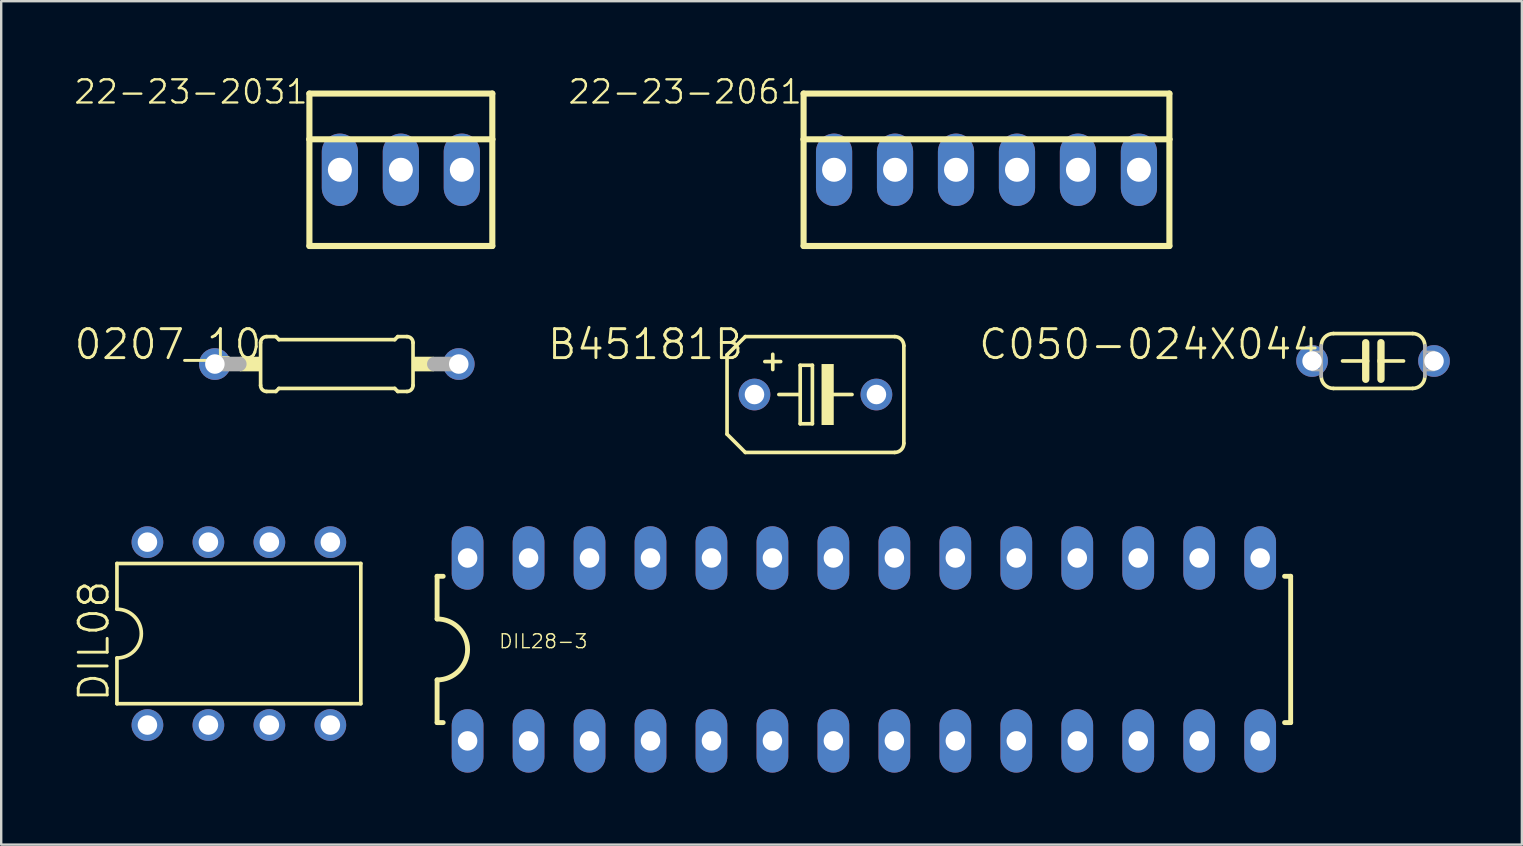
<source format=kicad_pcb>
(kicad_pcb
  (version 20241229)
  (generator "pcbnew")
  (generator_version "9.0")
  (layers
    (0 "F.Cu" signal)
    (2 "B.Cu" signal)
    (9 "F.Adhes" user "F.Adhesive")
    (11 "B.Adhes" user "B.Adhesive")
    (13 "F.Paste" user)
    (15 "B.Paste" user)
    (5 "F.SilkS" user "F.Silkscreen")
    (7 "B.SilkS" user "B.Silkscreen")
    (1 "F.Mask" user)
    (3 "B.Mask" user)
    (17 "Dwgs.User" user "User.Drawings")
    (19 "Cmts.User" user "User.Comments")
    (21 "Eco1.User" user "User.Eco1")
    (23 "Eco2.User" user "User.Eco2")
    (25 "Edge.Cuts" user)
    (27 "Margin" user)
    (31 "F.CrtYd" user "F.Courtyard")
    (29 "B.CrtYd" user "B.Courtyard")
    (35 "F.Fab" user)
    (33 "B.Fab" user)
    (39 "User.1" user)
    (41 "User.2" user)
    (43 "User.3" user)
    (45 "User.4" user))
  (footprint "DIL08"
    (layer "F.Cu")
    (at 6.902 23.346)
    (property "Reference" "DIL08" (at -5.334 2.921 90) (layer "F.SilkS") (effects (font (size 1.206 1.206) (thickness 0.121)) (justify left bottom)))
    (attr through_hole)
    (fp_line (start -5.08 -2.921) (end -5.08 -1.016) (stroke (width 0.152) (type solid)) (layer "F.SilkS"))
    (fp_line (start -5.08 2.921) (end -5.08 1.016) (stroke (width 0.152) (type solid)) (layer "F.SilkS"))
    (fp_line (start -5.08 2.921) (end 5.08 2.921) (stroke (width 0.152) (type solid)) (layer "F.SilkS"))
    (fp_line (start 5.08 -2.921) (end -5.08 -2.921) (stroke (width 0.152) (type solid)) (layer "F.SilkS"))
    (fp_line (start 5.08 -2.921) (end 5.08 2.921) (stroke (width 0.152) (type solid)) (layer "F.SilkS"))
    (fp_arc (start -5.08 -1.016) (mid -4.064 0) (end -5.08 1.016) (stroke (width 0.1524) (type solid)) (layer "F.SilkS"))
    (pad "1" thru_hole circle (at -3.81 3.81 270) (size 1.321 1.321) (drill 0.813) (layers "*.Cu" "*.Mask"))
    (pad "2" thru_hole circle (at -1.27 3.81 270) (size 1.321 1.321) (drill 0.813) (layers "*.Cu" "*.Mask"))
    (pad "3" thru_hole circle (at 1.27 3.81 270) (size 1.321 1.321) (drill 0.813) (layers "*.Cu" "*.Mask"))
    (pad "4" thru_hole circle (at 3.81 3.81 270) (size 1.321 1.321) (drill 0.813) (layers "*.Cu" "*.Mask"))
    (pad "5" thru_hole circle (at 3.81 -3.81 90) (size 1.321 1.321) (drill 0.813) (layers "*.Cu" "*.Mask"))
    (pad "6" thru_hole circle (at 1.27 -3.81 90) (size 1.321 1.321) (drill 0.813) (layers "*.Cu" "*.Mask"))
    (pad "7" thru_hole circle (at -1.27 -3.81 90) (size 1.321 1.321) (drill 0.813) (layers "*.Cu" "*.Mask"))
    (pad "8" thru_hole circle (at -3.81 -3.81 90) (size 1.321 1.321) (drill 0.813) (layers "*.Cu" "*.Mask")))
  (footprint "DIL28-3"
    (layer "F.Cu")
    (at 32.94 24.006)
    (property "Reference" "DIL28-3" (at -15.24 0 0) (layer "F.SilkS") (effects (font (size 0.579 0.579) (thickness 0.058)) (justify left bottom)))
    (attr through_hole)
    (fp_line (start -17.78 -3.048) (end -17.78 -1.27) (stroke (width 0.203) (type solid)) (layer "F.SilkS"))
    (fp_line (start -17.78 -3.048) (end -17.526 -3.048) (stroke (width 0.203) (type solid)) (layer "F.SilkS"))
    (fp_line (start -17.78 1.27) (end -17.78 3.048) (stroke (width 0.203) (type solid)) (layer "F.SilkS"))
    (fp_line (start -17.78 3.048) (end -17.526 3.048) (stroke (width 0.203) (type solid)) (layer "F.SilkS"))
    (fp_line (start 17.78 -3.048) (end 17.526 -3.048) (stroke (width 0.203) (type solid)) (layer "F.SilkS"))
    (fp_line (start 17.78 3.048) (end 17.526 3.048) (stroke (width 0.203) (type solid)) (layer "F.SilkS"))
    (fp_line (start 17.78 3.048) (end 17.78 -3.048) (stroke (width 0.203) (type solid)) (layer "F.SilkS"))
    (fp_arc (start -17.78 -1.27) (mid -16.51 0) (end -17.78 1.27) (stroke (width 0.2032) (type solid)) (layer "F.SilkS"))
    (pad "1" thru_hole oval (at -16.51 3.81 90) (size 2.642 1.321) (drill 0.813) (layers "*.Cu" "*.Mask"))
    (pad "2" thru_hole oval (at -13.97 3.81 90) (size 2.642 1.321) (drill 0.813) (layers "*.Cu" "*.Mask"))
    (pad "3" thru_hole oval (at -11.43 3.81 90) (size 2.642 1.321) (drill 0.813) (layers "*.Cu" "*.Mask"))
    (pad "4" thru_hole oval (at -8.89 3.81 90) (size 2.642 1.321) (drill 0.813) (layers "*.Cu" "*.Mask"))
    (pad "5" thru_hole oval (at -6.35 3.81 90) (size 2.642 1.321) (drill 0.813) (layers "*.Cu" "*.Mask"))
    (pad "6" thru_hole oval (at -3.81 3.81 90) (size 2.642 1.321) (drill 0.813) (layers "*.Cu" "*.Mask"))
    (pad "7" thru_hole oval (at -1.27 3.81 90) (size 2.642 1.321) (drill 0.813) (layers "*.Cu" "*.Mask"))
    (pad "8" thru_hole oval (at 1.27 3.81 90) (size 2.642 1.321) (drill 0.813) (layers "*.Cu" "*.Mask"))
    (pad "9" thru_hole oval (at 3.81 3.81 90) (size 2.642 1.321) (drill 0.813) (layers "*.Cu" "*.Mask"))
    (pad "10" thru_hole oval (at 6.35 3.81 90) (size 2.642 1.321) (drill 0.813) (layers "*.Cu" "*.Mask"))
    (pad "11" thru_hole oval (at 8.89 3.81 90) (size 2.642 1.321) (drill 0.813) (layers "*.Cu" "*.Mask"))
    (pad "12" thru_hole oval (at 11.43 3.81 90) (size 2.642 1.321) (drill 0.813) (layers "*.Cu" "*.Mask"))
    (pad "13" thru_hole oval (at 13.97 3.81 90) (size 2.642 1.321) (drill 0.813) (layers "*.Cu" "*.Mask"))
    (pad "14" thru_hole oval (at 16.51 3.81 90) (size 2.642 1.321) (drill 0.813) (layers "*.Cu" "*.Mask"))
    (pad "15" thru_hole oval (at 16.51 -3.81 90) (size 2.642 1.321) (drill 0.813) (layers "*.Cu" "*.Mask"))
    (pad "16" thru_hole oval (at 13.97 -3.81 90) (size 2.642 1.321) (drill 0.813) (layers "*.Cu" "*.Mask"))
    (pad "17" thru_hole oval (at 11.43 -3.81 90) (size 2.642 1.321) (drill 0.813) (layers "*.Cu" "*.Mask"))
    (pad "18" thru_hole oval (at 8.89 -3.81 90) (size 2.642 1.321) (drill 0.813) (layers "*.Cu" "*.Mask"))
    (pad "19" thru_hole oval (at 6.35 -3.81 90) (size 2.642 1.321) (drill 0.813) (layers "*.Cu" "*.Mask"))
    (pad "20" thru_hole oval (at 3.81 -3.81 90) (size 2.642 1.321) (drill 0.813) (layers "*.Cu" "*.Mask"))
    (pad "21" thru_hole oval (at 1.27 -3.81 90) (size 2.642 1.321) (drill 0.813) (layers "*.Cu" "*.Mask"))
    (pad "22" thru_hole oval (at -1.27 -3.81 90) (size 2.642 1.321) (drill 0.813) (layers "*.Cu" "*.Mask"))
    (pad "23" thru_hole oval (at -3.81 -3.81 90) (size 2.642 1.321) (drill 0.813) (layers "*.Cu" "*.Mask"))
    (pad "24" thru_hole oval (at -6.35 -3.81 90) (size 2.642 1.321) (drill 0.813) (layers "*.Cu" "*.Mask"))
    (pad "25" thru_hole oval (at -8.89 -3.81 90) (size 2.642 1.321) (drill 0.813) (layers "*.Cu" "*.Mask"))
    (pad "26" thru_hole oval (at -11.43 -3.81 90) (size 2.642 1.321) (drill 0.813) (layers "*.Cu" "*.Mask"))
    (pad "27" thru_hole oval (at -13.97 -3.81 90) (size 2.642 1.321) (drill 0.813) (layers "*.Cu" "*.Mask"))
    (pad "28" thru_hole oval (at -16.51 -3.81 90) (size 2.642 1.321) (drill 0.813) (layers "*.Cu" "*.Mask")))
  (footprint "22-23-2031"
    (layer "F.Cu")
    (at 13.65 4.023)
    (property "Reference" "22-23-2031" (at -3.81 -3.81 180) (layer "F.SilkS") (effects (font (size 0.965 0.965) (thickness 0.097)) (justify right top)))
    (attr through_hole)
    (fp_line (start -3.81 -3.175) (end 3.81 -3.175) (stroke (width 0.254) (type solid)) (layer "F.SilkS"))
    (fp_line (start -3.81 -1.27) (end -3.81 -3.175) (stroke (width 0.254) (type solid)) (layer "F.SilkS"))
    (fp_line (start -3.81 -1.27) (end 3.81 -1.27) (stroke (width 0.254) (type solid)) (layer "F.SilkS"))
    (fp_line (start -3.81 3.175) (end -3.81 -1.27) (stroke (width 0.254) (type solid)) (layer "F.SilkS"))
    (fp_line (start 3.81 -3.175) (end 3.81 -1.27) (stroke (width 0.254) (type solid)) (layer "F.SilkS"))
    (fp_line (start 3.81 -1.27) (end 3.81 3.175) (stroke (width 0.254) (type solid)) (layer "F.SilkS"))
    (fp_line (start 3.81 3.175) (end -3.81 3.175) (stroke (width 0.254) (type solid)) (layer "F.SilkS"))
    (pad "1" thru_hole oval (at -2.54 0 90) (size 3.016 1.508) (drill 1) (layers "*.Cu" "*.Mask"))
    (pad "2" thru_hole oval (at 0 0 90) (size 3.016 1.508) (drill 1) (layers "*.Cu" "*.Mask"))
    (pad "3" thru_hole oval (at 2.54 0 90) (size 3.016 1.508) (drill 1) (layers "*.Cu" "*.Mask")))
  (footprint "C050-024X044"
    (layer "F.Cu")
    (at 54.152 11.989)
    (property "Reference" "C050-024X044" (at -2.159 -1.397 180) (layer "F.SilkS") (effects (font (size 1.206 1.206) (thickness 0.121)) (justify right top)))
    (attr through_hole)
    (fp_line (start -1.27 0) (end -0.305 0) (stroke (width 0.152) (type solid)) (layer "F.SilkS"))
    (fp_line (start -0.305 -0.762) (end -0.305 0) (stroke (width 0.305) (type solid)) (layer "F.SilkS"))
    (fp_line (start -0.305 0) (end -0.305 0.762) (stroke (width 0.305) (type solid)) (layer "F.SilkS"))
    (fp_line (start 0.33 -0.762) (end 0.33 0) (stroke (width 0.305) (type solid)) (layer "F.SilkS"))
    (fp_line (start 0.33 0) (end 0.33 0.762) (stroke (width 0.305) (type solid)) (layer "F.SilkS"))
    (fp_line (start 1.27 0) (end 0.33 0) (stroke (width 0.152) (type solid)) (layer "F.SilkS"))
    (fp_line (start 1.651 -1.143) (end -1.651 -1.143) (stroke (width 0.152) (type solid)) (layer "F.SilkS"))
    (fp_line (start 1.651 1.143) (end -1.651 1.143) (stroke (width 0.152) (type solid)) (layer "F.SilkS"))
    (fp_arc (start -2.159 -0.635) (mid -2.01021 -0.99421) (end -1.651 -1.143) (stroke (width 0.1524) (type solid)) (layer "F.SilkS"))
    (fp_arc (start -1.651 1.143) (mid -2.01021 0.99421) (end -2.159 0.635) (stroke (width 0.1524) (type solid)) (layer "F.SilkS"))
    (fp_arc (start 1.651 -1.143) (mid 2.01021 -0.99421) (end 2.159 -0.635) (stroke (width 0.1524) (type solid)) (layer "F.SilkS"))
    (fp_arc (start 2.159 0.635) (mid 2.01021 0.99421) (end 1.651 1.143) (stroke (width 0.1524) (type solid)) (layer "F.SilkS"))
    (fp_line (start -2.159 0.635) (end -2.159 -0.635) (stroke (width 0.152) (type solid)) (layer "F.Fab"))
    (fp_line (start 2.159 0.635) (end 2.159 -0.635) (stroke (width 0.152) (type solid)) (layer "F.Fab"))
    (fp_poly (pts (xy -2.54 0.381) (xy -2.159 0.381) (xy -2.159 -0.381) (xy -2.54 -0.381)) (stroke (width 0.1) (type solid)) (fill no) (layer "F.Fab"))
    (fp_poly (pts (xy 2.159 0.381) (xy 2.54 0.381) (xy 2.54 -0.381) (xy 2.159 -0.381)) (stroke (width 0.1) (type solid)) (fill no) (layer "F.Fab"))
    (pad "1" thru_hole circle (at -2.54 0) (size 1.321 1.321) (drill 0.813) (layers "*.Cu" "*.Mask"))
    (pad "2" thru_hole circle (at 2.54 0) (size 1.321 1.321) (drill 0.813) (layers "*.Cu" "*.Mask")))
  (footprint "B45181B"
    (layer "F.Cu")
    (at 30.922 13.386)
    (property "Reference" "B45181B" (at -2.921 -2.794 180) (layer "F.SilkS") (effects (font (size 1.206 1.206) (thickness 0.121)) (justify right top)))
    (attr through_hole)
    (fp_line (start -3.683 -1.651) (end -3.683 1.651) (stroke (width 0.152) (type solid)) (layer "F.SilkS"))
    (fp_line (start -3.683 -1.651) (end -2.921 -2.413) (stroke (width 0.152) (type solid)) (layer "F.SilkS"))
    (fp_line (start -2.921 2.413) (end -3.683 1.651) (stroke (width 0.152) (type solid)) (layer "F.SilkS"))
    (fp_line (start -2.921 2.413) (end 3.302 2.413) (stroke (width 0.152) (type solid)) (layer "F.SilkS"))
    (fp_line (start -1.778 -1.676) (end -1.778 -1.041) (stroke (width 0.152) (type solid)) (layer "F.SilkS"))
    (fp_line (start -1.524 0) (end -0.635 0) (stroke (width 0.152) (type solid)) (layer "F.SilkS"))
    (fp_line (start -1.448 -1.372) (end -2.108 -1.372) (stroke (width 0.152) (type solid)) (layer "F.SilkS"))
    (fp_line (start -0.635 -1.219) (end -0.635 0) (stroke (width 0.152) (type solid)) (layer "F.SilkS"))
    (fp_line (start -0.635 0) (end -0.635 1.219) (stroke (width 0.152) (type solid)) (layer "F.SilkS"))
    (fp_line (start -0.635 1.219) (end -0.127 1.219) (stroke (width 0.152) (type solid)) (layer "F.SilkS"))
    (fp_line (start -0.127 -1.219) (end -0.635 -1.219) (stroke (width 0.152) (type solid)) (layer "F.SilkS"))
    (fp_line (start -0.127 1.219) (end -0.127 -1.219) (stroke (width 0.152) (type solid)) (layer "F.SilkS"))
    (fp_line (start 0.635 0) (end 1.524 0) (stroke (width 0.152) (type solid)) (layer "F.SilkS"))
    (fp_line (start 3.302 -2.413) (end -2.921 -2.413) (stroke (width 0.152) (type solid)) (layer "F.SilkS"))
    (fp_line (start 3.683 -2.032) (end 3.683 2.032) (stroke (width 0.152) (type solid)) (layer "F.SilkS"))
    (fp_arc (start 3.302 -2.413) (mid 3.571408 -2.301408) (end 3.683 -2.032) (stroke (width 0.1524) (type solid)) (layer "F.SilkS"))
    (fp_arc (start 3.683 2.032) (mid 3.571408 2.301408) (end 3.302 2.413) (stroke (width 0.1524) (type solid)) (layer "F.SilkS"))
    (fp_poly (pts (xy 0.254 1.27) (xy 0.762 1.27) (xy 0.762 -1.27) (xy 0.254 -1.27)) (stroke (width 0) (type solid)) (fill yes) (layer "F.SilkS"))
    (pad "+" thru_hole circle (at -2.54 0) (size 1.321 1.321) (drill 0.813) (layers "*.Cu" "*.Mask"))
    (pad "-" thru_hole circle (at 2.54 0) (size 1.321 1.321) (drill 0.813) (layers "*.Cu" "*.Mask")))
  (footprint "0207_10"
    (layer "F.Cu")
    (at 10.982 12.116)
    (property "Reference" "0207_10" (at -3.048 -1.524 180) (layer "F.SilkS") (effects (font (size 1.206 1.206) (thickness 0.121)) (justify right top)))
    (attr through_hole)
    (fp_line (start -3.175 0.889) (end -3.175 -0.889) (stroke (width 0.152) (type solid)) (layer "F.SilkS"))
    (fp_line (start -2.921 -1.143) (end -2.54 -1.143) (stroke (width 0.152) (type solid)) (layer "F.SilkS"))
    (fp_line (start -2.921 1.143) (end -2.54 1.143) (stroke (width 0.152) (type solid)) (layer "F.SilkS"))
    (fp_line (start -2.413 -1.016) (end -2.54 -1.143) (stroke (width 0.152) (type solid)) (layer "F.SilkS"))
    (fp_line (start -2.413 1.016) (end -2.54 1.143) (stroke (width 0.152) (type solid)) (layer "F.SilkS"))
    (fp_line (start 2.413 -1.016) (end -2.413 -1.016) (stroke (width 0.152) (type solid)) (layer "F.SilkS"))
    (fp_line (start 2.413 -1.016) (end 2.54 -1.143) (stroke (width 0.152) (type solid)) (layer "F.SilkS"))
    (fp_line (start 2.413 1.016) (end -2.413 1.016) (stroke (width 0.152) (type solid)) (layer "F.SilkS"))
    (fp_line (start 2.413 1.016) (end 2.54 1.143) (stroke (width 0.152) (type solid)) (layer "F.SilkS"))
    (fp_line (start 2.921 -1.143) (end 2.54 -1.143) (stroke (width 0.152) (type solid)) (layer "F.SilkS"))
    (fp_line (start 2.921 1.143) (end 2.54 1.143) (stroke (width 0.152) (type solid)) (layer "F.SilkS"))
    (fp_line (start 3.175 0.889) (end 3.175 -0.889) (stroke (width 0.152) (type solid)) (layer "F.SilkS"))
    (fp_arc (start -3.175 -0.889) (mid -3.100605 -1.068605) (end -2.921 -1.143) (stroke (width 0.1524) (type solid)) (layer "F.SilkS"))
    (fp_arc (start -2.921 1.143) (mid -3.100605 1.068605) (end -3.175 0.889) (stroke (width 0.1524) (type solid)) (layer "F.SilkS"))
    (fp_arc (start 2.921 -1.143) (mid 3.100605 -1.068605) (end 3.175 -0.889) (stroke (width 0.1524) (type solid)) (layer "F.SilkS"))
    (fp_arc (start 3.175 0.889) (mid 3.100605 1.068605) (end 2.921 1.143) (stroke (width 0.1524) (type solid)) (layer "F.SilkS"))
    (fp_poly (pts (xy -4.039 0.305) (xy -3.175 0.305) (xy -3.175 -0.305) (xy -4.039 -0.305)) (stroke (width 0) (type solid)) (fill yes) (layer "F.SilkS"))
    (fp_poly (pts (xy 3.175 0.305) (xy 4.039 0.305) (xy 4.039 -0.305) (xy 3.175 -0.305)) (stroke (width 0) (type solid)) (fill yes) (layer "F.SilkS"))
    (fp_line (start -5.08 0) (end -4.064 0) (stroke (width 0.61) (type solid)) (layer "F.Fab"))
    (fp_line (start 5.08 0) (end 4.064 0) (stroke (width 0.61) (type solid)) (layer "F.Fab"))
    (pad "1" thru_hole circle (at -5.08 0) (size 1.321 1.321) (drill 0.813) (layers "*.Cu" "*.Mask"))
    (pad "2" thru_hole circle (at 5.08 0) (size 1.321 1.321) (drill 0.813) (layers "*.Cu" "*.Mask")))
  (footprint "22-23-2061"
    (layer "F.Cu")
    (at 38.048 4.023)
    (property "Reference" "22-23-2061" (at -7.62 -3.81 180) (layer "F.SilkS") (effects (font (size 0.965 0.965) (thickness 0.097)) (justify right top)))
    (attr through_hole)
    (fp_line (start -7.62 -3.175) (end 7.62 -3.175) (stroke (width 0.254) (type solid)) (layer "F.SilkS"))
    (fp_line (start -7.62 -1.27) (end -7.62 -3.175) (stroke (width 0.254) (type solid)) (layer "F.SilkS"))
    (fp_line (start -7.62 -1.27) (end 7.62 -1.27) (stroke (width 0.254) (type solid)) (layer "F.SilkS"))
    (fp_line (start -7.62 3.175) (end -7.62 -1.27) (stroke (width 0.254) (type solid)) (layer "F.SilkS"))
    (fp_line (start 7.62 -3.175) (end 7.62 -1.27) (stroke (width 0.254) (type solid)) (layer "F.SilkS"))
    (fp_line (start 7.62 -1.27) (end 7.62 3.175) (stroke (width 0.254) (type solid)) (layer "F.SilkS"))
    (fp_line (start 7.62 3.175) (end -7.62 3.175) (stroke (width 0.254) (type solid)) (layer "F.SilkS"))
    (pad "1" thru_hole oval (at -6.35 0 90) (size 3.016 1.508) (drill 1) (layers "*.Cu" "*.Mask"))
    (pad "2" thru_hole oval (at -3.81 0 90) (size 3.016 1.508) (drill 1) (layers "*.Cu" "*.Mask"))
    (pad "3" thru_hole oval (at -1.27 0 90) (size 3.016 1.508) (drill 1) (layers "*.Cu" "*.Mask"))
    (pad "4" thru_hole oval (at 1.27 0 90) (size 3.016 1.508) (drill 1) (layers "*.Cu" "*.Mask"))
    (pad "5" thru_hole oval (at 3.81 0 90) (size 3.016 1.508) (drill 1) (layers "*.Cu" "*.Mask"))
    (pad "6" thru_hole oval (at 6.35 0 90) (size 3.016 1.508) (drill 1) (layers "*.Cu" "*.Mask")))
  (gr_rect
    (start -3 -3)
    (end 60.352 32.137)
    (stroke (width 0.1) (type default))
    (fill no)
    (layer "Edge.Cuts")))
</source>
